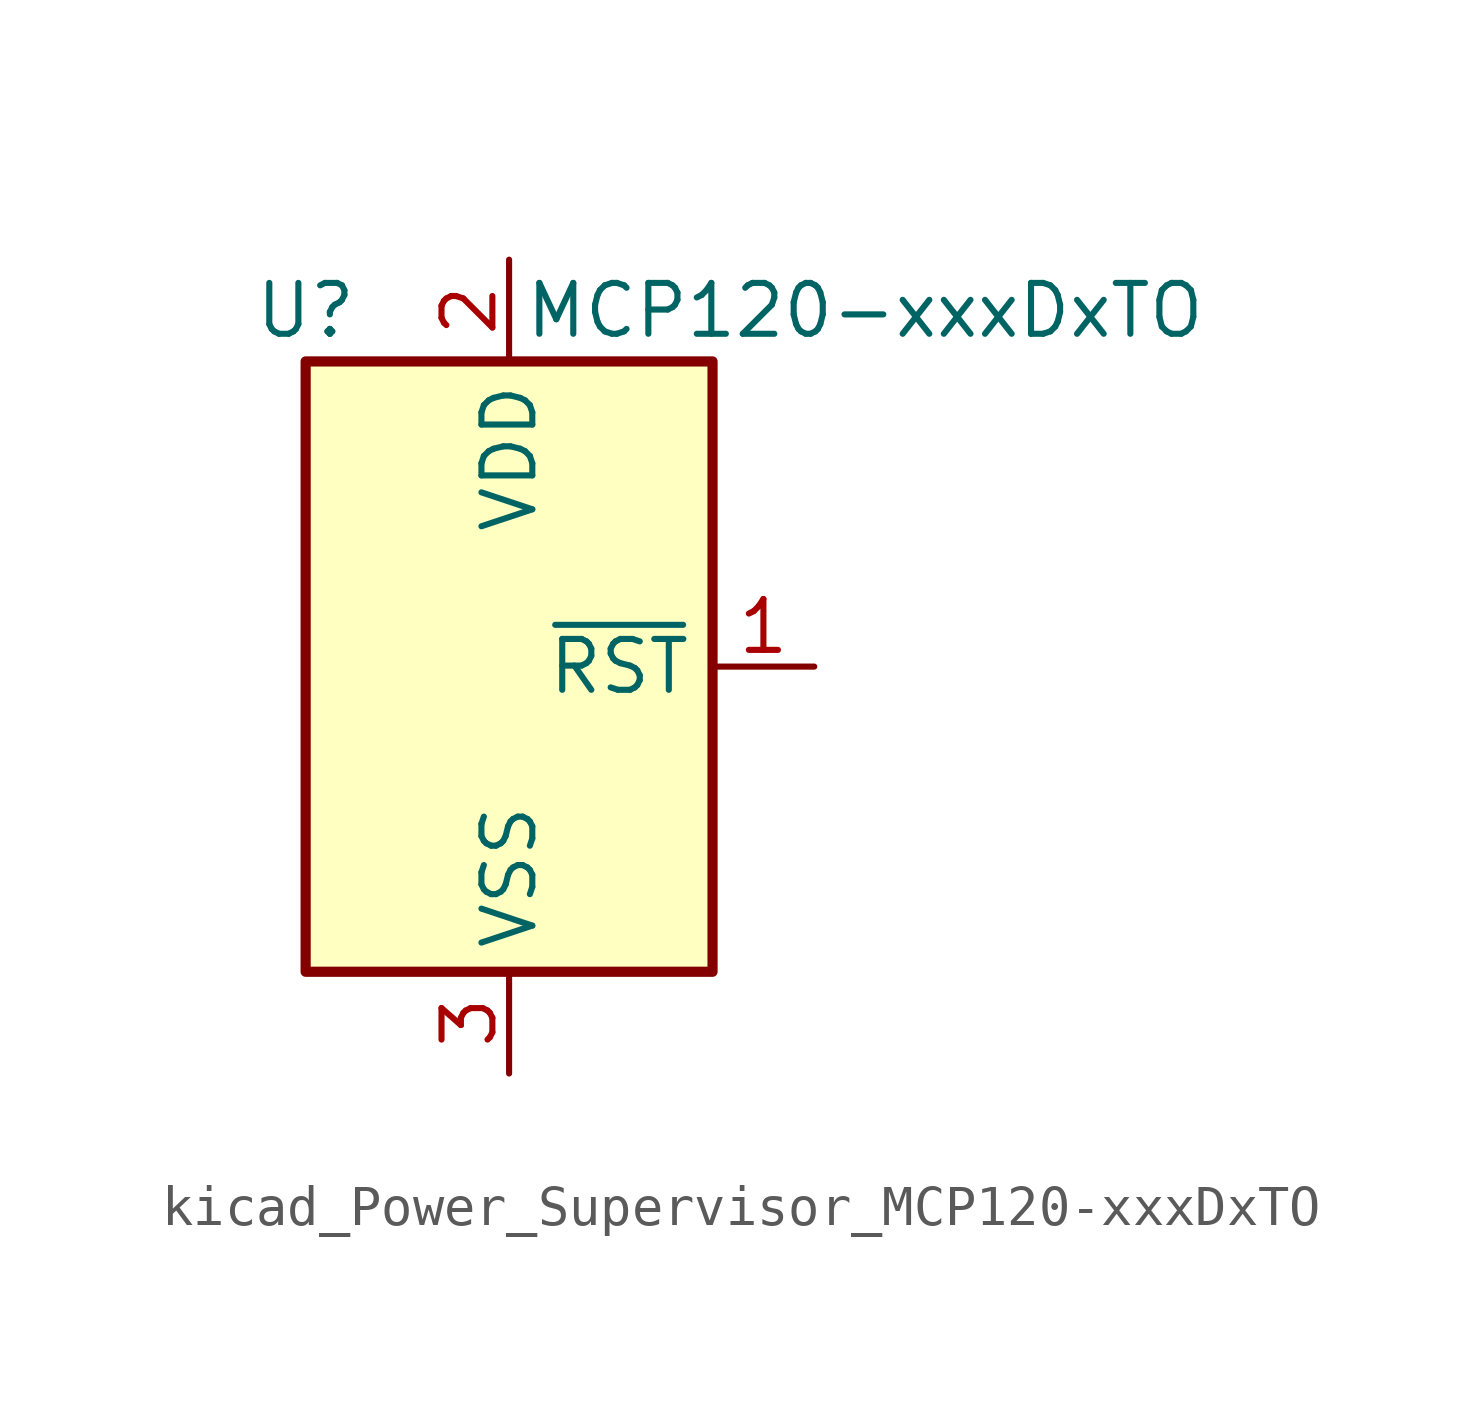
<source format=kicad_sym>
(kicad_symbol_lib
  (version 20220914)
  (generator kicad_symbol_editor)
  (symbol "kicad_Power_Supervisor_MCP120-xxxDxTO"
    (property "Reference" "U"
      (at -5.08 8.89 0)
      (effects (font (size 1.27 1.27))))
    (property "Value" "MCP120-xxxDxTO"
      (at 8.89 8.89 0)
      (effects (font (size 1.27 1.27))))
    (symbol "kicad_Power_Supervisor_MCP120-xxxDxTO_0_1"
      (rectangle (start 5.08 7.62) (end -5.08 -7.62) (stroke (width 0.254) (type default)) (fill (type background)))
      (pin power_in line (at 0 10.16 270) (length 2.54) (name "VDD" (effects (font (size 1.27 1.27)))) (number "2" (effects (font (size 1.27 1.27))))))
    (symbol "kicad_Power_Supervisor_MCP120-xxxDxTO_1_1"
      (pin open_collector line (at 7.62 0 180) (length 2.54) (name "~{RST}" (effects (font (size 1.27 1.27)))) (number "1" (effects (font (size 1.27 1.27)))))
      (pin power_in line (at 0 -10.16 90) (length 2.54) (name "VSS" (effects (font (size 1.27 1.27)))) (number "3" (effects (font (size 1.27 1.27))))))))
</source>
